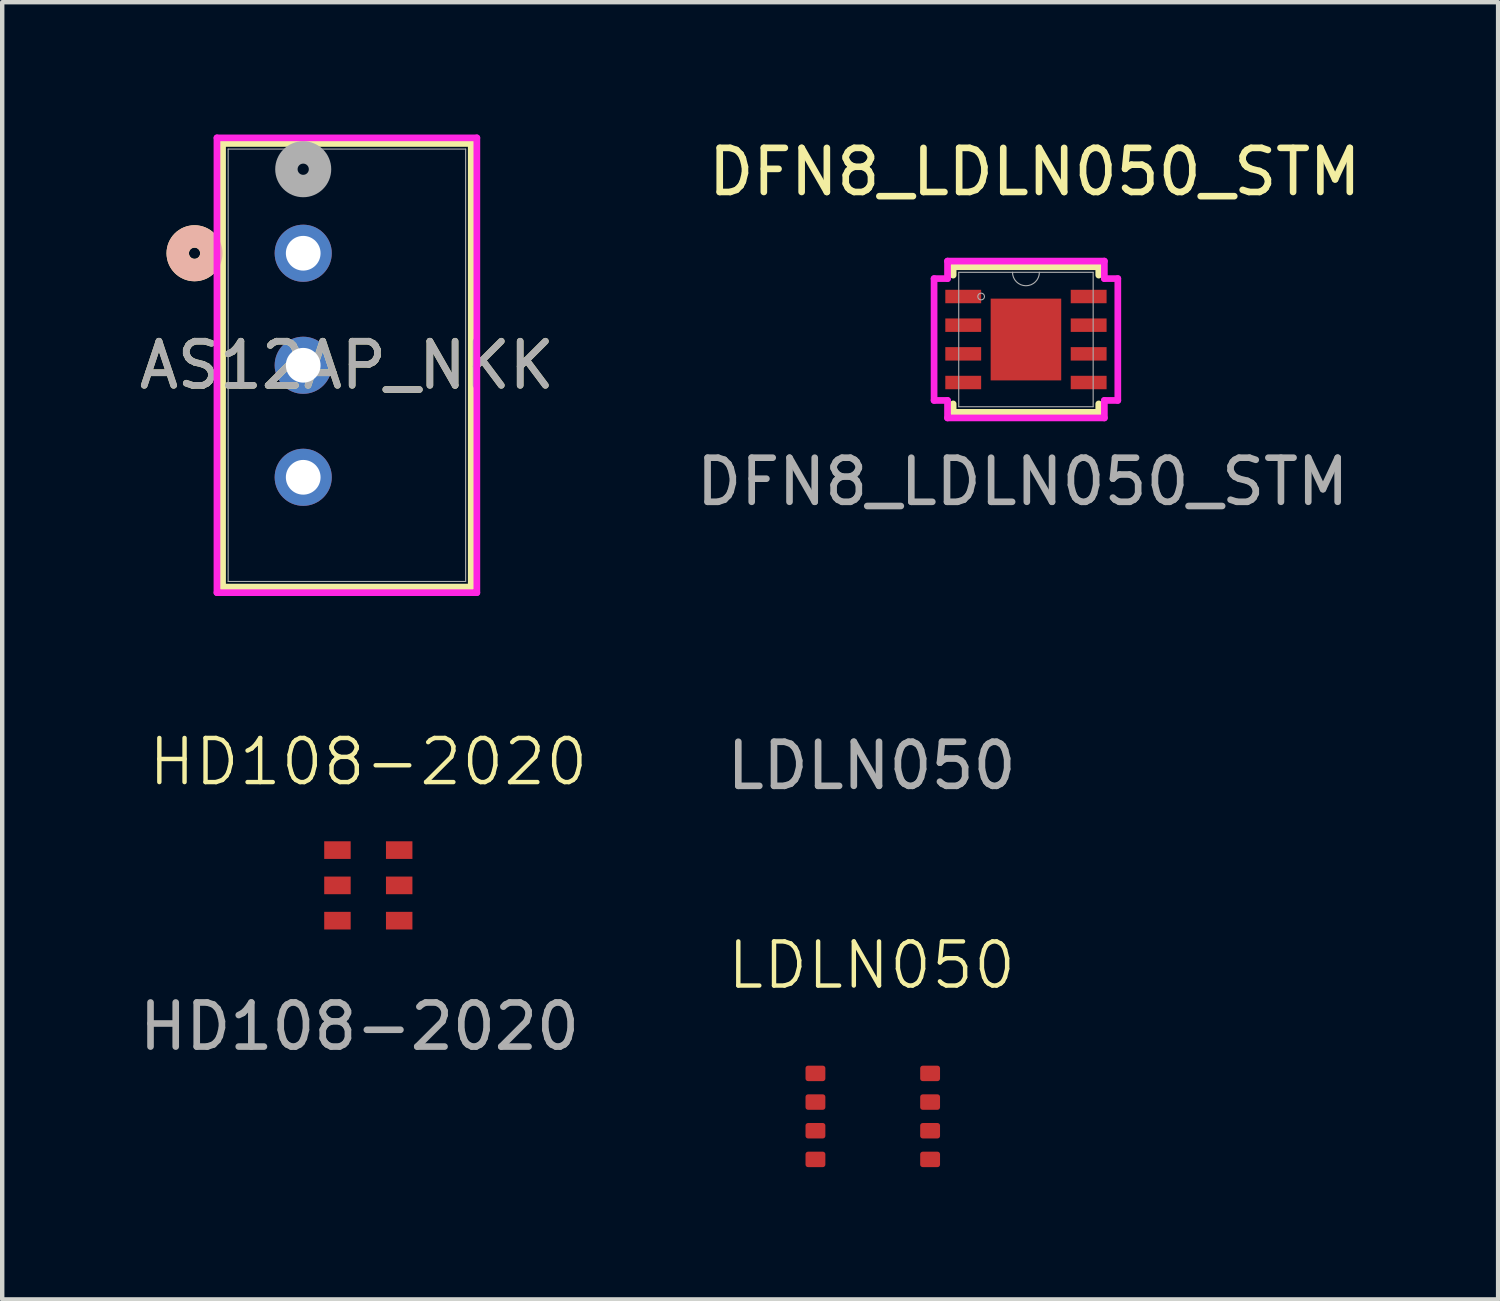
<source format=kicad_pcb>
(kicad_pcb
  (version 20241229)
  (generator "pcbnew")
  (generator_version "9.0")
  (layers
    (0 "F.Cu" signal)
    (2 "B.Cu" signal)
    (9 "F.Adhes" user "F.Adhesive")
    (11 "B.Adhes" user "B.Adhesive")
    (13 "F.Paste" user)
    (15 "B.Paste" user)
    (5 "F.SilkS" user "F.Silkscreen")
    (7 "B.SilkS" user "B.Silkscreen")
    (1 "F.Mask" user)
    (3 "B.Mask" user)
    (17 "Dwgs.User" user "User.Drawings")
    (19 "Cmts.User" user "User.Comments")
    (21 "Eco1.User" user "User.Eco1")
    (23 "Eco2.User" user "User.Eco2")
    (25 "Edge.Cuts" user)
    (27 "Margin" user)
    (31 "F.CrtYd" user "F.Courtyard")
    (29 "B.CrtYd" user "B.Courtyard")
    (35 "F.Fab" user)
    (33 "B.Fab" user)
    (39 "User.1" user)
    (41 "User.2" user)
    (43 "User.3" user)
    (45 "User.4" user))
  (footprint "AS12AP_NKK"
    (layer "F.Cu")
    (at 3.825 2.692)
    (property "Reference" "AS12AP_NKK" (at 0.991 2.54 0) (unlocked yes) (layer "F.SilkS") (effects (font (size 1 1) (thickness 0.15))))
    (attr through_hole)
    (fp_line (start -1.829 -2.489) (end -1.829 7.569) (stroke (width 0.152) (type solid)) (layer "F.SilkS"))
    (fp_line (start -1.829 7.569) (end 3.81 7.569) (stroke (width 0.152) (type solid)) (layer "F.SilkS"))
    (fp_line (start 3.81 -2.489) (end -1.829 -2.489) (stroke (width 0.152) (type solid)) (layer "F.SilkS"))
    (fp_line (start 3.81 7.569) (end 3.81 -2.489) (stroke (width 0.152) (type solid)) (layer "F.SilkS"))
    (fp_circle (center -2.464 0) (end -2.083 0) (stroke (width 0.508) (type solid)) (fill no) (layer "F.SilkS"))
    (fp_circle (center -2.464 0) (end -2.083 0) (stroke (width 0.508) (type solid)) (fill no) (layer "B.SilkS"))
    (fp_line (start -1.956 -2.616) (end -1.956 7.696) (stroke (width 0.152) (type solid)) (layer "F.CrtYd"))
    (fp_line (start -1.956 7.696) (end 3.937 7.696) (stroke (width 0.152) (type solid)) (layer "F.CrtYd"))
    (fp_line (start 3.937 -2.616) (end -1.956 -2.616) (stroke (width 0.152) (type solid)) (layer "F.CrtYd"))
    (fp_line (start 3.937 7.696) (end 3.937 -2.616) (stroke (width 0.152) (type solid)) (layer "F.CrtYd"))
    (fp_line (start -1.702 -2.362) (end -1.702 7.442) (stroke (width 0.025) (type solid)) (layer "F.Fab"))
    (fp_line (start -1.702 7.442) (end 3.683 7.442) (stroke (width 0.025) (type solid)) (layer "F.Fab"))
    (fp_line (start 3.683 -2.362) (end -1.702 -2.362) (stroke (width 0.025) (type solid)) (layer "F.Fab"))
    (fp_line (start 3.683 7.442) (end 3.683 -2.362) (stroke (width 0.025) (type solid)) (layer "F.Fab"))
    (fp_circle (center 0 -1.905) (end 0.381 -1.905) (stroke (width 0.508) (type solid)) (fill no) (layer "F.Fab"))
    (fp_text user "${REFERENCE}" (at 0.991 2.54 0) (unlocked yes) (layer "F.Fab") (effects (font (size 1 1) (thickness 0.15))))
    (pad "1" thru_hole circle (at 0 0) (size 1.295 1.295) (drill 0.787) (layers "*.Cu" "*.Mask"))
    (pad "2" thru_hole circle (at 0 2.54) (size 1.295 1.295) (drill 0.787) (layers "*.Cu" "*.Mask"))
    (pad "3" thru_hole circle (at 0 5.08) (size 1.295 1.295) (drill 0.787) (layers "*.Cu" "*.Mask")))
  (footprint "LDLN050"
    (layer "F.Cu")
    (at 16.689 22.213)
    (property "Reference" "LDLN050" (at 0.025 -3.375 0) (unlocked yes) (layer "F.SilkS") (effects (font (size 1 1) (thickness 0.1))))
    (attr smd)
    (fp_text user "${REFERENCE}" (at 0.025 -7.9 0) (unlocked yes) (layer "F.Fab") (effects (font (size 1 1) (thickness 0.15))))
    (pad "1" smd roundrect (at -1.25 -0.925 270) (size 0.35 0.45) (layers "F.Cu" "F.Mask" "F.Paste") (roundrect_rratio 0.164))
    (pad "2" smd roundrect (at -1.25 -0.275 270) (size 0.35 0.45) (layers "F.Cu" "F.Mask" "F.Paste") (roundrect_rratio 0.164))
    (pad "3" smd roundrect (at -1.25 0.375 270) (size 0.35 0.45) (layers "F.Cu" "F.Mask" "F.Paste") (roundrect_rratio 0.164))
    (pad "4" smd roundrect (at -1.25 1.025 270) (size 0.35 0.45) (layers "F.Cu" "F.Mask" "F.Paste") (roundrect_rratio 0.164))
    (pad "5" smd roundrect (at 1.35 1.025 270) (size 0.35 0.45) (layers "F.Cu" "F.Mask" "F.Paste") (roundrect_rratio 0.164))
    (pad "6" smd roundrect (at 1.35 0.375 270) (size 0.35 0.45) (layers "F.Cu" "F.Mask" "F.Paste") (roundrect_rratio 0.164))
    (pad "7" smd roundrect (at 1.35 -0.275 270) (size 0.35 0.45) (layers "F.Cu" "F.Mask" "F.Paste") (roundrect_rratio 0.164))
    (pad "8" smd roundrect (at 1.35 -0.925 270) (size 0.35 0.45) (layers "F.Cu" "F.Mask" "F.Paste") (roundrect_rratio 0.164)))
  (footprint "DFN8_LDLN050_STM"
    (layer "F.Cu")
    (at 20.212 4.648)
    (property "Reference" "DFN8_LDLN050_STM" (at 0.2 -3.8 0) (unlocked yes) (layer "F.SilkS") (effects (font (size 1 1) (thickness 0.15))))
    (attr smd)
    (fp_line (start -1.651 -1.651) (end -1.651 -1.46) (stroke (width 0.152) (type solid)) (layer "F.SilkS"))
    (fp_line (start -1.651 1.46) (end -1.651 1.651) (stroke (width 0.152) (type solid)) (layer "F.SilkS"))
    (fp_line (start -1.651 1.651) (end 1.651 1.651) (stroke (width 0.152) (type solid)) (layer "F.SilkS"))
    (fp_line (start 1.651 -1.651) (end -1.651 -1.651) (stroke (width 0.152) (type solid)) (layer "F.SilkS"))
    (fp_line (start 1.651 -1.46) (end 1.651 -1.651) (stroke (width 0.152) (type solid)) (layer "F.SilkS"))
    (fp_line (start 1.651 1.651) (end 1.651 1.46) (stroke (width 0.152) (type solid)) (layer "F.SilkS"))
    (fp_line (start -2.083 -1.381) (end -1.778 -1.381) (stroke (width 0.152) (type solid)) (layer "F.CrtYd"))
    (fp_line (start -2.083 1.381) (end -2.083 -1.381) (stroke (width 0.152) (type solid)) (layer "F.CrtYd"))
    (fp_line (start -2.083 1.381) (end -1.778 1.381) (stroke (width 0.152) (type solid)) (layer "F.CrtYd"))
    (fp_line (start -1.778 -1.778) (end 1.778 -1.778) (stroke (width 0.152) (type solid)) (layer "F.CrtYd"))
    (fp_line (start -1.778 -1.381) (end -1.778 -1.778) (stroke (width 0.152) (type solid)) (layer "F.CrtYd"))
    (fp_line (start -1.778 1.778) (end -1.778 1.381) (stroke (width 0.152) (type solid)) (layer "F.CrtYd"))
    (fp_line (start 1.778 -1.778) (end 1.778 -1.381) (stroke (width 0.152) (type solid)) (layer "F.CrtYd"))
    (fp_line (start 1.778 1.381) (end 1.778 1.778) (stroke (width 0.152) (type solid)) (layer "F.CrtYd"))
    (fp_line (start 1.778 1.778) (end -1.778 1.778) (stroke (width 0.152) (type solid)) (layer "F.CrtYd"))
    (fp_line (start 2.083 -1.381) (end 1.778 -1.381) (stroke (width 0.152) (type solid)) (layer "F.CrtYd"))
    (fp_line (start 2.083 -1.381) (end 2.083 1.381) (stroke (width 0.152) (type solid)) (layer "F.CrtYd"))
    (fp_line (start 2.083 1.381) (end 1.778 1.381) (stroke (width 0.152) (type solid)) (layer "F.CrtYd"))
    (fp_line (start -1.524 -1.524) (end -1.524 1.524) (stroke (width 0.025) (type solid)) (layer "F.Fab"))
    (fp_line (start -1.524 1.524) (end 1.524 1.524) (stroke (width 0.025) (type solid)) (layer "F.Fab"))
    (fp_line (start 1.524 -1.524) (end -1.524 -1.524) (stroke (width 0.025) (type solid)) (layer "F.Fab"))
    (fp_line (start 1.524 1.524) (end 1.524 -1.524) (stroke (width 0.025) (type solid)) (layer "F.Fab"))
    (fp_arc (start 0.3048 -1.524) (mid 0 -1.2192) (end -0.3048 -1.524) (stroke (width 0.0254) (type solid)) (layer "F.Fab"))
    (fp_circle (center -1.016 -0.975) (end -0.94 -0.975) (stroke (width 0.025) (type solid)) (fill no) (layer "F.Fab"))
    (fp_text user "${REFERENCE}" (at -0.075 3.225 0) (unlocked yes) (layer "F.Fab") (effects (font (size 1 1) (thickness 0.15))))
    (pad "1" smd rect (at -1.422 -0.975) (size 0.813 0.305) (layers "F.Cu" "F.Mask" "F.Paste"))
    (pad "2" smd rect (at -1.422 -0.325) (size 0.813 0.305) (layers "F.Cu" "F.Mask" "F.Paste"))
    (pad "3" smd rect (at -1.422 0.325) (size 0.813 0.305) (layers "F.Cu" "F.Mask" "F.Paste"))
    (pad "4" smd rect (at -1.422 0.975) (size 0.813 0.305) (layers "F.Cu" "F.Mask" "F.Paste"))
    (pad "5" smd rect (at 1.422 0.975) (size 0.813 0.305) (layers "F.Cu" "F.Mask" "F.Paste"))
    (pad "6" smd rect (at 1.422 0.325) (size 0.813 0.305) (layers "F.Cu" "F.Mask" "F.Paste"))
    (pad "7" smd rect (at 1.422 -0.325) (size 0.813 0.305) (layers "F.Cu" "F.Mask" "F.Paste"))
    (pad "8" smd rect (at 1.422 -0.975) (size 0.813 0.305) (layers "F.Cu" "F.Mask" "F.Paste"))
    (pad "9" smd rect (at 0 0) (size 1.6 1.854) (layers "F.Cu" "F.Mask" "F.Paste")))
  (footprint "HD108-2020"
    (layer "F.Cu")
    (at 5.301 17.025)
    (property "Reference" "HD108-2020" (at 0 -2.8 0) (unlocked yes) (layer "F.SilkS") (effects (font (size 1 1) (thickness 0.1))))
    (attr smd)
    (fp_text user "${REFERENCE}" (at -0.2 3.2 0) (unlocked yes) (layer "F.Fab") (effects (font (size 1 1) (thickness 0.15))))
    (pad "1" smd rect (at -0.7 -0.8) (size 0.6 0.4) (layers "F.Cu" "F.Mask" "F.Paste"))
    (pad "2" smd rect (at -0.7 0) (size 0.6 0.4) (layers "F.Cu" "F.Mask" "F.Paste"))
    (pad "3" smd rect (at -0.7 0.8) (size 0.6 0.4) (layers "F.Cu" "F.Mask" "F.Paste"))
    (pad "4" smd rect (at 0.7 -0.8) (size 0.6 0.4) (layers "F.Cu" "F.Mask" "F.Paste"))
    (pad "5" smd rect (at 0.7 0) (size 0.6 0.4) (layers "F.Cu" "F.Mask" "F.Paste"))
    (pad "6" smd rect (at 0.7 0.8) (size 0.6 0.4) (layers "F.Cu" "F.Mask" "F.Paste")))
  (gr_rect
    (start -3 -3)
    (end 30.918 26.413)
    (stroke (width 0.1) (type default))
    (fill no)
    (layer "Edge.Cuts")))
</source>
